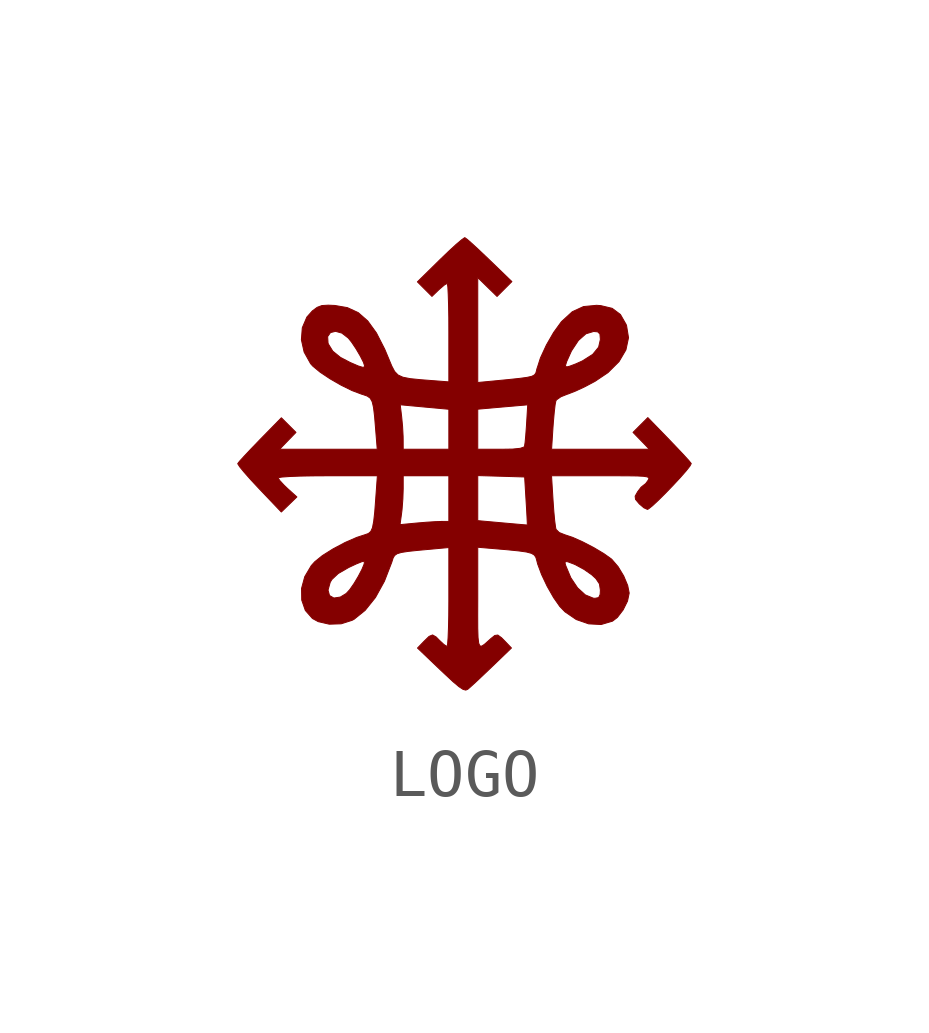
<source format=kicad_sym>
(kicad_symbol_lib
  (version 20210619)
  (generator bitmap2component)
  (symbol "LOGO"
    (pin_names
      (offset 1.016))
    (property "Reference" "#G"
      (at 0 4.375 0)
      (effects (font (size 1.27 1.27)) hide))
    (symbol "LOGO_0_0"
      (polyline (pts (xy 0.094 -4.748) (xy 0.148 -4.701) (xy 0.263 -4.596) (xy 0.416 -4.452) (xy 0.589 -4.287) (xy 1.003 -3.889) (xy 0.868 -3.748) (xy 0.796 -3.675) (xy 0.719 -3.619) (xy 0.656 -3.628) (xy 0.572 -3.695) (xy 0.516 -3.746) (xy 0.439 -3.814) (xy 0.384 -3.85) (xy 0.345 -3.845) (xy 0.321 -3.789) (xy 0.307 -3.671) (xy 0.301 -3.483) (xy 0.3 -3.214) (xy 0.301 -2.855) (xy 0.301 -1.79) (xy 0.689 -1.823) (xy 0.914 -1.842) (xy 1.152 -1.866) (xy 1.315 -1.889) (xy 1.42 -1.917) (xy 1.481 -1.954) (xy 1.513 -2.004) (xy 1.532 -2.072) (xy 1.546 -2.127) (xy 2.121 -2.127) (xy 2.123 -2.087) (xy 2.175 -2.092) (xy 2.298 -2.138) (xy 2.337 -2.155) (xy 2.514 -2.251) (xy 2.676 -2.364) (xy 2.762 -2.443) (xy 2.836 -2.553) (xy 2.856 -2.684) (xy 2.851 -2.773) (xy 2.82 -2.839) (xy 2.743 -2.854) (xy 2.708 -2.851) (xy 2.542 -2.783) (xy 2.381 -2.636) (xy 2.24 -2.426) (xy 2.133 -2.17) (xy 2.121 -2.127) (xy 1.546 -2.127) (xy 1.548 -2.136) (xy 1.63 -2.357) (xy 1.747 -2.604) (xy 1.881 -2.839) (xy 2.011 -3.025) (xy 2.119 -3.136) (xy 2.353 -3.296) (xy 2.612 -3.386) (xy 2.871 -3.4) (xy 3.108 -3.33) (xy 3.209 -3.253) (xy 3.33 -3.095) (xy 3.421 -2.912) (xy 3.456 -2.745) (xy 3.425 -2.587) (xy 3.342 -2.389) (xy 3.225 -2.195) (xy 3.096 -2.045) (xy 3.083 -2.033) (xy 2.927 -1.922) (xy 2.719 -1.798) (xy 2.492 -1.68) (xy 2.28 -1.585) (xy 2.115 -1.53) (xy 1.999 -1.484) (xy 1.932 -1.418) (xy 1.922 -1.373) (xy 1.904 -1.238) (xy 1.886 -1.045) (xy 1.87 -0.82) (xy 1.838 -0.301) (xy 2.873 -0.301) (xy 3.151 -0.301) (xy 3.428 -0.302) (xy 3.625 -0.305) (xy 3.756 -0.312) (xy 3.831 -0.324) (xy 3.863 -0.342) (xy 3.864 -0.367) (xy 3.846 -0.401) (xy 3.8 -0.464) (xy 3.751 -0.501) (xy 3.751 -0.501) (xy 3.703 -0.54) (xy 3.634 -0.631) (xy 3.633 -0.632) (xy 3.58 -0.726) (xy 3.588 -0.793) (xy 3.662 -0.881) (xy 3.667 -0.887) (xy 3.762 -0.968) (xy 3.836 -1.002) (xy 3.859 -0.991) (xy 3.943 -0.924) (xy 4.067 -0.808) (xy 4.214 -0.662) (xy 4.37 -0.5) (xy 4.517 -0.342) (xy 4.64 -0.202) (xy 4.722 -0.098) (xy 4.749 -0.047) (xy 4.747 -0.044) (xy 4.701 0.013) (xy 4.6 0.124) (xy 4.458 0.275) (xy 4.289 0.452) (xy 3.844 0.911) (xy 3.69 0.757) (xy 3.536 0.603) (xy 3.877 0.251) (xy 1.839 0.251) (xy 1.869 0.717) (xy 1.877 0.823) (xy 1.895 1.024) (xy 1.913 1.179) (xy 1.929 1.261) (xy 1.944 1.282) (xy 2.033 1.345) (xy 2.169 1.399) (xy 2.189 1.405) (xy 2.346 1.467) (xy 2.544 1.56) (xy 2.745 1.667) (xy 3.014 1.848) (xy 3.244 2.077) (xy 3.388 2.322) (xy 3.442 2.575) (xy 3.401 2.827) (xy 3.392 2.851) (xy 3.273 3.059) (xy 3.102 3.187) (xy 2.863 3.244) (xy 2.777 3.25) (xy 2.504 3.224) (xy 2.27 3.116) (xy 2.053 2.917) (xy 2.039 2.902) (xy 1.882 2.685) (xy 1.731 2.423) (xy 1.607 2.154) (xy 1.554 1.988) (xy 2.126 1.988) (xy 2.154 2.079) (xy 2.253 2.299) (xy 2.398 2.518) (xy 2.555 2.657) (xy 2.715 2.705) (xy 2.799 2.698) (xy 2.846 2.653) (xy 2.856 2.539) (xy 2.819 2.378) (xy 2.696 2.228) (xy 2.48 2.091) (xy 2.344 2.03) (xy 2.217 1.982) (xy 2.153 1.966) (xy 2.126 1.988) (xy 1.554 1.988) (xy 1.531 1.919) (xy 1.525 1.888) (xy 1.51 1.837) (xy 1.482 1.8) (xy 1.427 1.771) (xy 1.329 1.749) (xy 1.175 1.728) (xy 0.949 1.704) (xy 0.639 1.674) (xy 0.301 1.642) (xy 0.301 3.828) (xy 0.502 3.631) (xy 0.703 3.435) (xy 0.857 3.589) (xy 1.012 3.744) (xy 0.543 4.197) (xy 0.513 4.226) (xy 0.338 4.392) (xy 0.19 4.529) (xy 0.083 4.623) (xy 0.033 4.659) (xy 0.028 4.659) (xy -0.035 4.615) (xy -0.151 4.517) (xy -0.305 4.375) (xy -0.483 4.204) (xy -0.956 3.739) (xy -0.653 3.436) (xy -0.512 3.572) (xy -0.484 3.597) (xy -0.391 3.676) (xy -0.335 3.707) (xy -0.333 3.704) (xy -0.322 3.633) (xy -0.314 3.48) (xy -0.307 3.261) (xy -0.302 2.989) (xy -0.301 2.681) (xy -0.301 1.655) (xy -0.689 1.685) (xy -0.884 1.7) (xy -1.105 1.722) (xy -1.258 1.752) (xy -1.36 1.799) (xy -1.431 1.873) (xy -1.49 1.985) (xy -1.556 2.144) (xy -1.637 2.337) (xy -1.81 2.675) (xy -1.991 2.925) (xy -2.189 3.098) (xy -2.415 3.202) (xy -2.676 3.247) (xy -2.814 3.253) (xy -2.946 3.245) (xy -3.044 3.208) (xy -3.145 3.133) (xy -3.259 3.005) (xy -3.354 2.783) (xy -3.368 2.599) (xy -2.826 2.599) (xy -2.767 2.682) (xy -2.662 2.708) (xy -2.531 2.672) (xy -2.395 2.567) (xy -2.328 2.484) (xy -2.235 2.345) (xy -2.147 2.195) (xy -2.08 2.063) (xy -2.054 1.981) (xy -2.057 1.968) (xy -2.094 1.958) (xy -2.187 1.986) (xy -2.354 2.058) (xy -2.559 2.165) (xy -2.719 2.295) (xy -2.81 2.442) (xy -2.818 2.466) (xy -2.826 2.599) (xy -3.368 2.599) (xy -3.373 2.533) (xy -3.316 2.276) (xy -3.181 2.034) (xy -3.135 1.983) (xy -2.983 1.857) (xy -2.778 1.72) (xy -2.547 1.587) (xy -2.318 1.474) (xy -2.119 1.399) (xy -2.088 1.39) (xy -2 1.359) (xy -1.939 1.315) (xy -1.898 1.241) (xy -1.883 1.178) (xy -1.314 1.178) (xy -0.807 1.131) (xy -0.317 1.086) (xy 0.301 1.086) (xy 0.821 1.132) (xy 1.342 1.177) (xy 1.318 0.776) (xy 1.315 0.73) (xy 1.301 0.539) (xy 1.287 0.39) (xy 1.275 0.313) (xy 1.264 0.298) (xy 1.186 0.271) (xy 1.027 0.255) (xy 0.778 0.251) (xy 0.301 0.251) (xy 0.301 1.086) (xy -0.317 1.086) (xy -0.301 1.085) (xy -0.301 0.251) (xy -1.252 0.251) (xy -1.253 0.463) (xy -1.254 0.522) (xy -1.265 0.726) (xy -1.284 0.927) (xy -1.314 1.178) (xy -1.883 1.178) (xy -1.87 1.119) (xy -1.848 0.933) (xy -1.826 0.664) (xy -1.793 0.251) (xy -3.827 0.251) (xy -3.486 0.603) (xy -3.79 0.907) (xy -4.237 0.451) (xy -4.259 0.428) (xy -4.426 0.255) (xy -4.564 0.108) (xy -4.66 0.003) (xy -4.699 -0.047) (xy -4.698 -0.052) (xy -4.657 -0.116) (xy -4.56 -0.234) (xy -4.504 -0.297) (xy 0.301 -0.297) (xy 0.789 -0.311) (xy 1.278 -0.326) (xy 1.308 -0.827) (xy 1.317 -0.973) (xy 1.327 -1.156) (xy 1.333 -1.281) (xy 1.333 -1.328) (xy 1.307 -1.325) (xy 1.199 -1.316) (xy 1.028 -1.301) (xy 0.814 -1.282) (xy 0.301 -1.236) (xy 0.301 -0.297) (xy -4.504 -0.297) (xy -4.421 -0.391) (xy -4.252 -0.572) (xy -3.791 -1.056) (xy -3.629 -0.899) (xy -3.467 -0.742) (xy -3.662 -0.566) (xy -3.735 -0.496) (xy -3.823 -0.401) (xy -3.858 -0.345) (xy -3.854 -0.341) (xy -3.781 -0.328) (xy -3.627 -0.317) (xy -3.406 -0.308) (xy -3.133 -0.303) (xy -2.824 -0.301) (xy -1.79 -0.301) (xy -1.825 -0.789) (xy -1.845 -1.055) (xy -1.867 -1.253) (xy -1.88 -1.319) (xy -1.318 -1.319) (xy -1.285 -1.078) (xy -1.276 -1.003) (xy -1.259 -0.782) (xy -1.252 -0.569) (xy -1.252 -0.301) (xy -0.301 -0.301) (xy -0.301 -1.252) (xy -0.463 -1.253) (xy -0.582 -1.257) (xy -0.769 -1.269) (xy -0.972 -1.286) (xy -1.318 -1.319) (xy -1.88 -1.319) (xy -1.892 -1.383) (xy -1.927 -1.461) (xy -1.977 -1.504) (xy -2.045 -1.528) (xy -2.22 -1.585) (xy -2.465 -1.692) (xy -2.715 -1.825) (xy -2.936 -1.964) (xy -3.095 -2.093) (xy -3.167 -2.173) (xy -3.303 -2.403) (xy -3.37 -2.649) (xy -3.369 -2.683) (xy -2.818 -2.683) (xy -2.773 -2.521) (xy -2.738 -2.462) (xy -2.606 -2.338) (xy -2.39 -2.213) (xy -2.384 -2.21) (xy -2.228 -2.137) (xy -2.113 -2.091) (xy -2.061 -2.08) (xy -2.065 -2.138) (xy -2.112 -2.252) (xy -2.188 -2.397) (xy -2.277 -2.546) (xy -2.366 -2.674) (xy -2.44 -2.754) (xy -2.562 -2.828) (xy -2.696 -2.848) (xy -2.787 -2.796) (xy -2.818 -2.683) (xy -3.369 -2.683) (xy -3.366 -2.89) (xy -3.291 -3.106) (xy -3.143 -3.274) (xy -3.022 -3.34) (xy -2.792 -3.393) (xy -2.545 -3.385) (xy -2.318 -3.313) (xy -2.276 -3.291) (xy -2.045 -3.105) (xy -1.83 -2.837) (xy -1.643 -2.498) (xy -1.491 -2.105) (xy -1.485 -2.086) (xy -1.462 -2.014) (xy -1.431 -1.962) (xy -1.379 -1.925) (xy -1.289 -1.898) (xy -1.146 -1.876) (xy -0.935 -1.854) (xy -0.639 -1.827) (xy -0.301 -1.796) (xy -0.301 -2.827) (xy -0.301 -2.913) (xy -0.303 -3.214) (xy -0.309 -3.473) (xy -0.317 -3.677) (xy -0.327 -3.809) (xy -0.338 -3.857) (xy -0.342 -3.856) (xy -0.404 -3.816) (xy -0.494 -3.732) (xy -0.566 -3.659) (xy -0.64 -3.617) (xy -0.713 -3.647) (xy -0.818 -3.749) (xy -0.954 -3.89) (xy -0.471 -4.351) (xy -0.389 -4.428) (xy -0.213 -4.592) (xy -0.089 -4.696) (xy -0.005 -4.751) (xy 0.052 -4.766) (xy 0.094 -4.748)) (stroke (width 0.01)) (fill (type outline))))))
</source>
